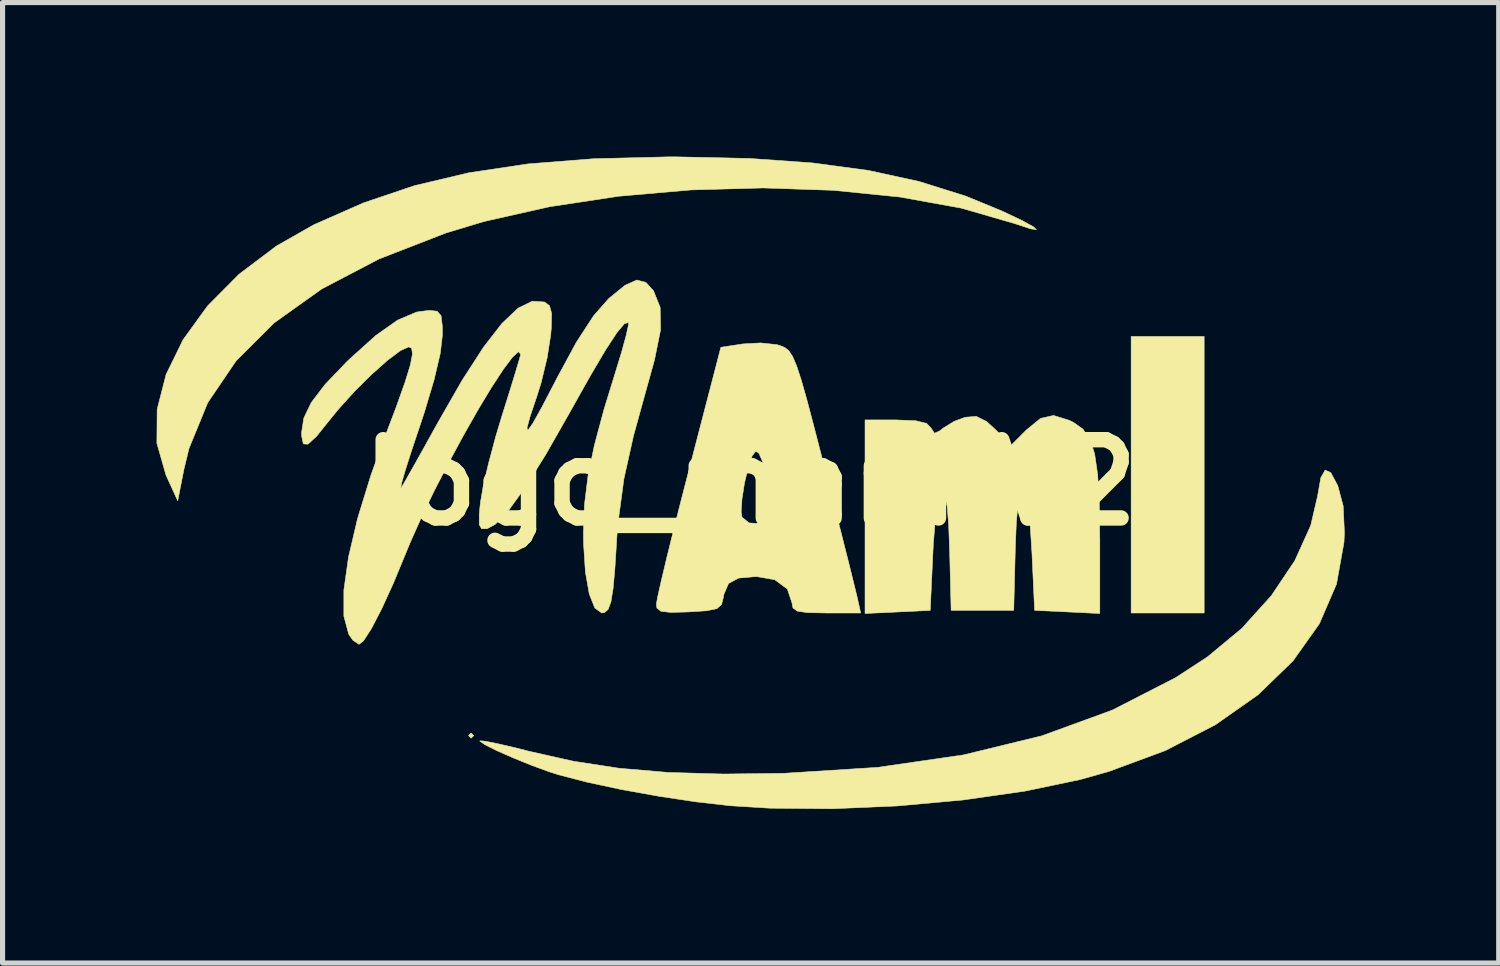
<source format=kicad_pcb>
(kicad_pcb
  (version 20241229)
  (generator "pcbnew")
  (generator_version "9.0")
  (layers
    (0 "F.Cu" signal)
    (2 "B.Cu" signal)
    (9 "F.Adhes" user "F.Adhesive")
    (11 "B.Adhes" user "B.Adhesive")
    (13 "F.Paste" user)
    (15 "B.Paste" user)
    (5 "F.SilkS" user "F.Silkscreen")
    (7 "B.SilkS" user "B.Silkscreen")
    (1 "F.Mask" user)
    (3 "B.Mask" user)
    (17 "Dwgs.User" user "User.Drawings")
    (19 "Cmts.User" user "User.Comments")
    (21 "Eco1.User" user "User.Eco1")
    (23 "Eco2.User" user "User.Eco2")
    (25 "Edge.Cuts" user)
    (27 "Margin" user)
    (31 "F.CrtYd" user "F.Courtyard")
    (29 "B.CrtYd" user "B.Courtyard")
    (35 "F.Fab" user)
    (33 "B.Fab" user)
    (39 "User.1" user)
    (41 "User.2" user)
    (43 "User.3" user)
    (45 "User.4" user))
  (footprint "logo_mamiV2"
    (layer "F.Cu")
    (at 11.56 6.347)
    (property "Reference" "logo_mamiV2" (at 0 0 0) (layer "F.SilkS") (effects (font (size 1.524 1.524) (thickness 0.3))))
    (attr through_hole)
    (fp_poly (pts (xy -5.385 4.928) (xy -5.436 4.978) (xy -5.486 4.928) (xy -5.436 4.877) (xy -5.385 4.928)) (stroke (width 0.01) (type solid)) (fill yes) (layer "F.SilkS"))
    (fp_poly (pts (xy 8.839 2.54) (xy 7.417 2.54) (xy 7.417 -2.845) (xy 8.839 -2.845) (xy 8.839 2.54)) (stroke (width 0.01) (type solid)) (fill yes) (layer "F.SilkS"))
    (fp_poly (pts (xy -0.024 -6.312) (xy 1.208 -6.225) (xy 2.302 -6.078) (xy 3.289 -5.863) (xy 4.197 -5.578) (xy 4.902 -5.288) (xy 5.284 -5.107) (xy 5.51 -4.984) (xy 5.572 -4.926) (xy 5.464 -4.94) (xy 5.179 -5.033) (xy 5.156 -5.041) (xy 4.109 -5.344) (xy 2.916 -5.56) (xy 1.615 -5.691) (xy 0.244 -5.737) (xy -1.159 -5.698) (xy -2.557 -5.576) (xy -3.91 -5.371) (xy -5.183 -5.084) (xy -5.93 -4.859) (xy -7.231 -4.353) (xy -8.345 -3.77) (xy -9.272 -3.109) (xy -10.012 -2.37) (xy -10.565 -1.555) (xy -10.93 -0.663) (xy -11.029 -0.254) (xy -11.149 0.356) (xy -11.378 -0.145) (xy -11.555 -0.765) (xy -11.55 -1.425) (xy -11.376 -2.105) (xy -11.044 -2.783) (xy -10.568 -3.44) (xy -9.958 -4.055) (xy -9.228 -4.606) (xy -8.5 -5.02) (xy -7.536 -5.445) (xy -6.542 -5.781) (xy -5.484 -6.032) (xy -4.331 -6.205) (xy -3.052 -6.306) (xy -1.614 -6.342) (xy -1.422 -6.342) (xy -0.024 -6.312)) (stroke (width 0.01) (type solid)) (fill yes) (layer "F.SilkS"))
    (fp_poly (pts (xy 6.212 -1.212) (xy 6.3 -1.168) (xy 6.479 -1.04) (xy 6.612 -0.846) (xy 6.706 -0.561) (xy 6.765 -0.156) (xy 6.797 0.395) (xy 6.807 1.121) (xy 6.807 1.148) (xy 6.807 2.55) (xy 5.537 2.489) (xy 5.486 1.38) (xy 5.449 0.8) (xy 5.397 0.422) (xy 5.332 0.243) (xy 5.312 0.229) (xy 5.253 0.269) (xy 5.211 0.448) (xy 5.181 0.786) (xy 5.16 1.305) (xy 5.16 1.339) (xy 5.131 2.489) (xy 3.912 2.489) (xy 3.883 1.339) (xy 3.863 0.809) (xy 3.834 0.462) (xy 3.792 0.275) (xy 3.734 0.228) (xy 3.73 0.229) (xy 3.662 0.354) (xy 3.606 0.678) (xy 3.565 1.203) (xy 3.556 1.38) (xy 3.505 2.489) (xy 2.235 2.55) (xy 2.235 -1.219) (xy 2.848 -1.219) (xy 3.222 -1.204) (xy 3.435 -1.152) (xy 3.521 -1.062) (xy 3.588 -0.96) (xy 3.697 -1.011) (xy 3.746 -1.054) (xy 3.972 -1.193) (xy 4.188 -1.272) (xy 4.404 -1.288) (xy 4.604 -1.187) (xy 4.773 -1.034) (xy 5.08 -0.727) (xy 5.377 -1.024) (xy 5.652 -1.249) (xy 5.906 -1.307) (xy 6.212 -1.212)) (stroke (width 0.01) (type solid)) (fill yes) (layer "F.SilkS"))
    (fp_poly (pts (xy 11.305 -0.193) (xy 11.44 0.059) (xy 11.442 0.064) (xy 11.546 0.455) (xy 11.57 0.967) (xy 11.562 1.164) (xy 11.416 1.978) (xy 11.082 2.751) (xy 10.569 3.473) (xy 9.891 4.131) (xy 9.058 4.717) (xy 8.082 5.22) (xy 6.975 5.629) (xy 6.419 5.785) (xy 5.349 6.009) (xy 4.146 6.181) (xy 2.874 6.297) (xy 1.597 6.352) (xy 0.379 6.341) (xy -0.382 6.294) (xy -1.054 6.218) (xy -1.784 6.108) (xy -2.514 5.977) (xy -3.184 5.833) (xy -3.734 5.69) (xy -3.901 5.637) (xy -4.255 5.508) (xy -4.616 5.362) (xy -4.935 5.221) (xy -5.167 5.105) (xy -5.266 5.035) (xy -5.265 5.028) (xy -5.158 5.037) (xy -4.9 5.089) (xy -4.536 5.174) (xy -4.311 5.232) (xy -3.446 5.426) (xy -2.556 5.563) (xy -1.596 5.645) (xy -0.523 5.676) (xy 0.652 5.662) (xy 2.481 5.546) (xy 4.155 5.303) (xy 5.677 4.932) (xy 7.053 4.43) (xy 8.285 3.798) (xy 8.904 3.394) (xy 9.572 2.84) (xy 10.147 2.203) (xy 10.604 1.522) (xy 10.915 0.834) (xy 11.049 0.256) (xy 11.111 -0.095) (xy 11.196 -0.244) (xy 11.305 -0.193)) (stroke (width 0.01) (type solid)) (fill yes) (layer "F.SilkS"))
    (fp_poly (pts (xy 0.52 -2.685) (xy 0.577 -2.669) (xy 0.67 -2.631) (xy 0.749 -2.569) (xy 0.824 -2.457) (xy 0.903 -2.272) (xy 0.996 -1.988) (xy 1.111 -1.581) (xy 1.257 -1.026) (xy 1.442 -0.308) (xy 1.612 0.358) (xy 1.768 0.972) (xy 1.902 1.502) (xy 2.005 1.917) (xy 2.07 2.183) (xy 2.086 2.25) (xy 2.15 2.54) (xy 1.481 2.54) (xy 1.12 2.533) (xy 0.918 2.505) (xy 0.831 2.442) (xy 0.813 2.344) (xy 0.722 2.073) (xy 0.476 1.892) (xy 0.12 1.83) (xy -0.227 1.86) (xy -0.423 1.966) (xy -0.514 2.177) (xy -0.523 2.235) (xy -0.559 2.375) (xy -0.649 2.455) (xy -0.844 2.496) (xy -1.192 2.519) (xy -1.194 2.519) (xy -1.545 2.529) (xy -1.738 2.507) (xy -1.817 2.445) (xy -1.829 2.374) (xy -1.804 2.229) (xy -1.734 1.918) (xy -1.627 1.468) (xy -1.489 0.91) (xy -1.403 0.569) (xy -0.177 0.569) (xy -0.161 0.674) (xy -0.022 0.786) (xy 0.127 0.795) (xy 0.276 0.743) (xy 0.339 0.605) (xy 0.348 0.356) (xy 0.319 -0.046) (xy 0.255 -0.371) (xy 0.169 -0.57) (xy 0.107 -0.61) (xy 0.036 -0.519) (xy -0.041 -0.291) (xy -0.112 0.009) (xy -0.161 0.318) (xy -0.177 0.569) (xy -1.403 0.569) (xy -1.327 0.271) (xy -1.2 -0.219) (xy -0.572 -2.635) (xy -0.14 -2.7) (xy 0.206 -2.719) (xy 0.52 -2.685)) (stroke (width 0.01) (type solid)) (fill yes) (layer "F.SilkS"))
    (fp_poly (pts (xy -2.032 -3.897) (xy -1.885 -3.737) (xy -1.754 -3.411) (xy -1.747 -2.972) (xy -1.863 -2.396) (xy -1.866 -2.384) (xy -1.957 -2.056) (xy -2.081 -1.609) (xy -2.216 -1.119) (xy -2.273 -0.914) (xy -2.461 -0.069) (xy -2.58 0.818) (xy -2.598 1.067) (xy -2.634 1.649) (xy -2.67 2.058) (xy -2.713 2.322) (xy -2.767 2.47) (xy -2.839 2.532) (xy -2.893 2.54) (xy -3.027 2.443) (xy -3.135 2.17) (xy -3.21 1.744) (xy -3.246 1.193) (xy -3.249 0.965) (xy -3.228 0.427) (xy -3.161 -0.12) (xy -3.037 -0.72) (xy -2.849 -1.422) (xy -2.634 -2.121) (xy -2.509 -2.529) (xy -2.418 -2.859) (xy -2.372 -3.068) (xy -2.372 -3.117) (xy -2.452 -3.093) (xy -2.597 -2.919) (xy -2.815 -2.586) (xy -3.11 -2.087) (xy -3.488 -1.414) (xy -3.505 -1.383) (xy -3.977 -0.554) (xy -4.377 0.087) (xy -4.706 0.542) (xy -4.965 0.813) (xy -5.124 0.899) (xy -5.232 0.9) (xy -5.278 0.819) (xy -5.277 0.611) (xy -5.255 0.391) (xy -5.2 0.07) (xy -5.095 -0.379) (xy -4.958 -0.891) (xy -4.834 -1.304) (xy -4.692 -1.755) (xy -4.577 -2.131) (xy -4.499 -2.392) (xy -4.47 -2.497) (xy -4.513 -2.548) (xy -4.632 -2.44) (xy -4.812 -2.199) (xy -5.041 -1.849) (xy -5.303 -1.414) (xy -5.584 -0.919) (xy -5.872 -0.387) (xy -6.151 0.155) (xy -6.407 0.686) (xy -6.627 1.179) (xy -6.704 1.367) (xy -6.951 1.964) (xy -7.18 2.465) (xy -7.378 2.846) (xy -7.531 3.082) (xy -7.618 3.15) (xy -7.738 3.071) (xy -7.82 2.953) (xy -7.914 2.6) (xy -7.914 2.092) (xy -7.823 1.45) (xy -7.646 0.696) (xy -7.386 -0.147) (xy -7.145 -0.811) (xy -6.897 -1.464) (xy -6.724 -1.95) (xy -6.619 -2.29) (xy -6.578 -2.505) (xy -6.594 -2.615) (xy -6.649 -2.642) (xy -6.811 -2.57) (xy -7.067 -2.378) (xy -7.379 -2.1) (xy -7.709 -1.772) (xy -8.02 -1.428) (xy -8.188 -1.221) (xy -8.445 -0.902) (xy -8.611 -0.748) (xy -8.703 -0.752) (xy -8.736 -0.906) (xy -8.738 -0.97) (xy -8.694 -1.256) (xy -8.548 -1.559) (xy -8.28 -1.91) (xy -7.868 -2.341) (xy -7.805 -2.402) (xy -7.294 -2.863) (xy -6.866 -3.164) (xy -6.496 -3.321) (xy -6.253 -3.353) (xy -6.097 -3.336) (xy -6.021 -3.25) (xy -5.996 -3.041) (xy -5.995 -2.87) (xy -6.036 -2.517) (xy -6.155 -2.009) (xy -6.344 -1.374) (xy -6.446 -1.067) (xy -6.601 -0.604) (xy -6.719 -0.234) (xy -6.79 0.014) (xy -6.807 0.11) (xy -6.798 0.102) (xy -6.712 -0.043) (xy -6.552 -0.326) (xy -6.339 -0.706) (xy -6.096 -1.145) (xy -6.083 -1.168) (xy -5.61 -1.993) (xy -5.196 -2.634) (xy -4.835 -3.099) (xy -4.521 -3.396) (xy -4.245 -3.532) (xy -4.006 -3.516) (xy -3.909 -3.445) (xy -3.868 -3.294) (xy -3.874 -3.013) (xy -3.887 -2.868) (xy -3.955 -2.431) (xy -4.072 -1.946) (xy -4.155 -1.68) (xy -4.289 -1.282) (xy -4.348 -1.061) (xy -4.329 -1.019) (xy -4.232 -1.157) (xy -4.054 -1.476) (xy -3.793 -1.978) (xy -3.763 -2.037) (xy -3.385 -2.734) (xy -3.052 -3.246) (xy -2.754 -3.585) (xy -2.752 -3.587) (xy -2.438 -3.842) (xy -2.21 -3.944) (xy -2.032 -3.897)) (stroke (width 0.01) (type solid)) (fill yes) (layer "F.SilkS")))
  (gr_rect
    (start -3 -3)
    (end 26.135 15.704)
    (stroke (width 0.1) (type default))
    (fill no)
    (layer "Edge.Cuts")))
</source>
